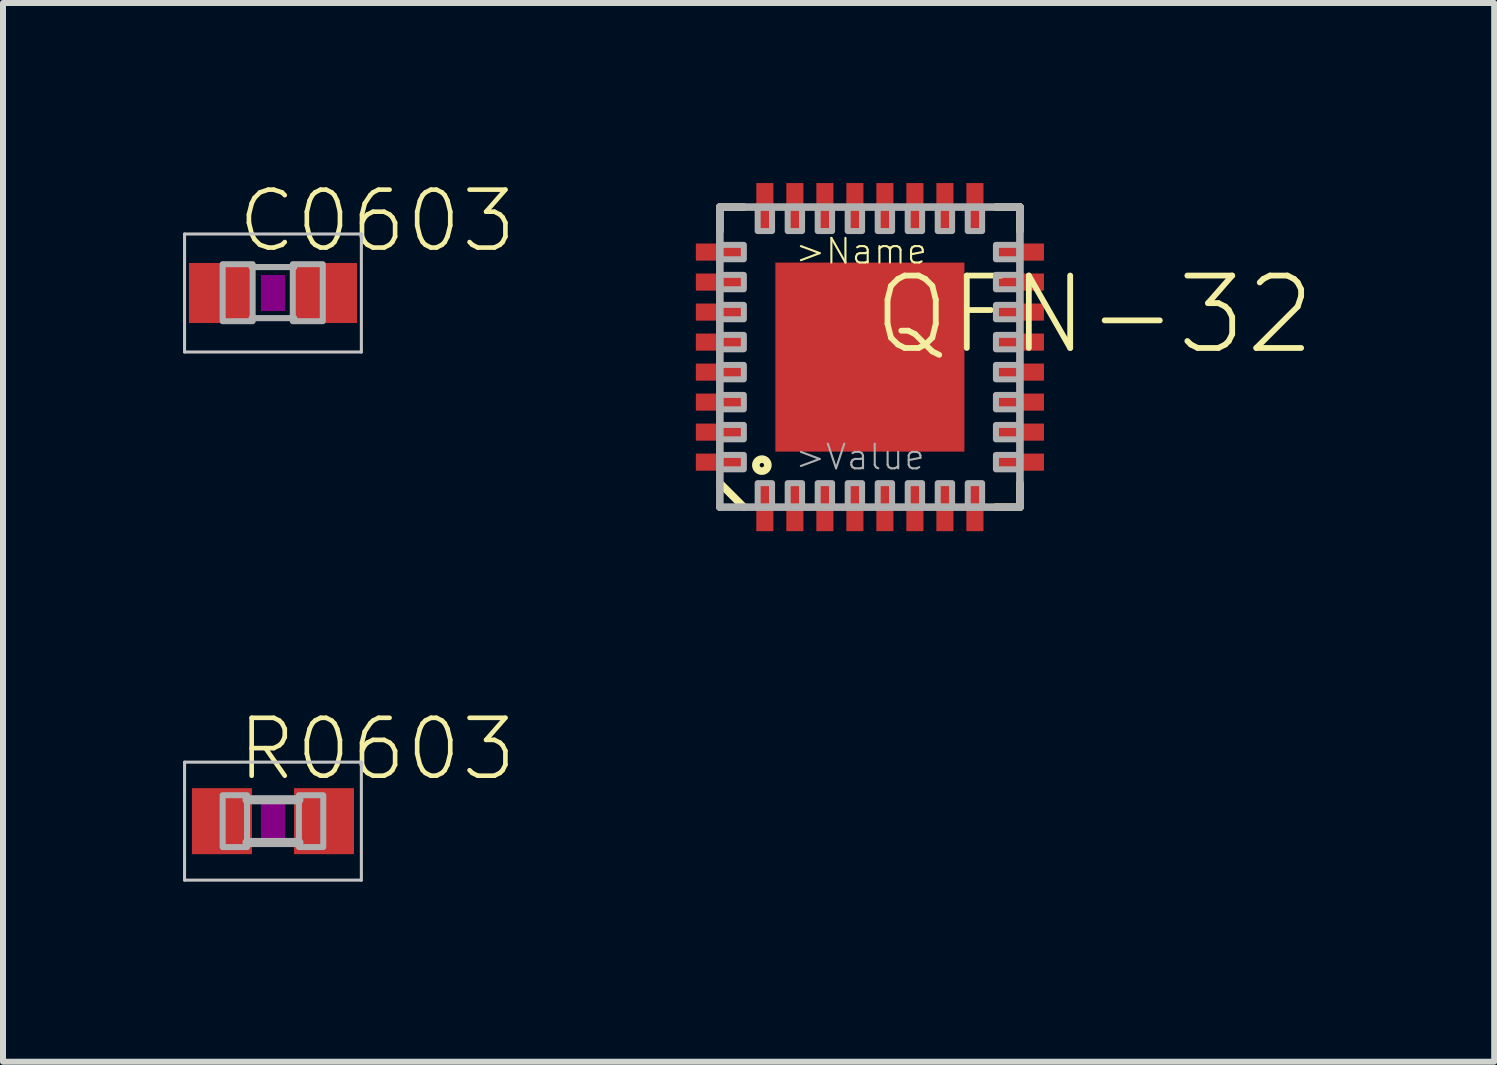
<source format=kicad_pcb>
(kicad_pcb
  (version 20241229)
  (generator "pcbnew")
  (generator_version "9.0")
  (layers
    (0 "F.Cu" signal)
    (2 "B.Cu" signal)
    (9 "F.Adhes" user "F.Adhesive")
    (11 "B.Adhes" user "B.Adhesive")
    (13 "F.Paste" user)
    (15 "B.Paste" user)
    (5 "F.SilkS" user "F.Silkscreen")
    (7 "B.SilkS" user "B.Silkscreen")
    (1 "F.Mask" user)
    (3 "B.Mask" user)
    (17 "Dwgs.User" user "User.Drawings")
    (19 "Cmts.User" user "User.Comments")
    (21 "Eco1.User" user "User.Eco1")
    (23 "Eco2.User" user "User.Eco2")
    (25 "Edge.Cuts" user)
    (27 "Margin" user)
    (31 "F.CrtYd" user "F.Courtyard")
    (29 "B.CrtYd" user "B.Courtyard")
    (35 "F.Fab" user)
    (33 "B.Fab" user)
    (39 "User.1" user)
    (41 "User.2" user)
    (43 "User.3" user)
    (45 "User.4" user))
  (footprint "C0603"
    (layer "F.Cu")
    (at 1.498 1.832)
    (property "Reference" "C0603" (at -0.635 -0.635 180) (layer "F.SilkS") (effects (font (size 0.965 0.965) (thickness 0.077)) (justify left bottom)))
    (attr through_hole)
    (fp_poly (pts (xy -0.2 0.3) (xy 0.2 0.3) (xy 0.2 -0.3) (xy -0.2 -0.3)) (stroke (width 0) (type solid)) (fill yes) (layer "F.Adhes"))
    (fp_line (start -1.473 -0.983) (end 1.473 -0.983) (stroke (width 0.051) (type solid)) (layer "Dwgs.User"))
    (fp_line (start -1.473 0.983) (end -1.473 -0.983) (stroke (width 0.051) (type solid)) (layer "Dwgs.User"))
    (fp_line (start 1.473 -0.983) (end 1.473 0.983) (stroke (width 0.051) (type solid)) (layer "Dwgs.User"))
    (fp_line (start 1.473 0.983) (end -1.473 0.983) (stroke (width 0.051) (type solid)) (layer "Dwgs.User"))
    (fp_line (start -0.356 -0.432) (end 0.356 -0.432) (stroke (width 0.102) (type solid)) (layer "F.Fab"))
    (fp_line (start -0.356 0.419) (end 0.356 0.419) (stroke (width 0.102) (type solid)) (layer "F.Fab"))
    (fp_poly (pts (xy -0.838 0.47) (xy -0.338 0.47) (xy -0.338 -0.48) (xy -0.838 -0.48)) (stroke (width 0.1) (type solid)) (fill no) (layer "F.Fab"))
    (fp_poly (pts (xy 0.33 0.47) (xy 0.83 0.47) (xy 0.83 -0.48) (xy 0.33 -0.48)) (stroke (width 0.1) (type solid)) (fill no) (layer "F.Fab"))
    (pad "1" smd rect (at -0.85 0) (size 1.1 1) (layers "F.Cu" "F.Mask" "F.Paste"))
    (pad "2" smd rect (at 0.85 0) (size 1.1 1) (layers "F.Cu" "F.Mask" "F.Paste")))
  (footprint "R0603"
    (layer "F.Cu")
    (at 1.498 10.632)
    (property "Reference" "R0603" (at -0.635 -0.635 180) (layer "F.SilkS") (effects (font (size 0.965 0.965) (thickness 0.077)) (justify left bottom)))
    (attr through_hole)
    (fp_poly (pts (xy -0.2 0.4) (xy 0.2 0.4) (xy 0.2 -0.4) (xy -0.2 -0.4)) (stroke (width 0) (type solid)) (fill yes) (layer "F.Adhes"))
    (fp_line (start -1.473 -0.983) (end 1.473 -0.983) (stroke (width 0.051) (type solid)) (layer "Dwgs.User"))
    (fp_line (start -1.473 0.983) (end -1.473 -0.983) (stroke (width 0.051) (type solid)) (layer "Dwgs.User"))
    (fp_line (start 1.473 -0.983) (end 1.473 0.983) (stroke (width 0.051) (type solid)) (layer "Dwgs.User"))
    (fp_line (start 1.473 0.983) (end -1.473 0.983) (stroke (width 0.051) (type solid)) (layer "Dwgs.User"))
    (fp_line (start -0.432 0.356) (end 0.432 0.356) (stroke (width 0.152) (type solid)) (layer "F.Fab"))
    (fp_line (start 0.432 -0.356) (end -0.432 -0.356) (stroke (width 0.152) (type solid)) (layer "F.Fab"))
    (fp_poly (pts (xy -0.838 0.432) (xy -0.432 0.432) (xy -0.432 -0.432) (xy -0.838 -0.432)) (stroke (width 0.1) (type solid)) (fill no) (layer "F.Fab"))
    (fp_poly (pts (xy 0.432 0.432) (xy 0.838 0.432) (xy 0.838 -0.432) (xy 0.432 -0.432)) (stroke (width 0.1) (type solid)) (fill no) (layer "F.Fab"))
    (pad "1" smd rect (at -0.85 0) (size 1 1.1) (layers "F.Cu" "F.Mask" "F.Paste"))
    (pad "2" smd rect (at 0.85 0) (size 1 1.1) (layers "F.Cu" "F.Mask" "F.Paste")))
  (footprint "QFN-32"
    (layer "F.Cu")
    (at 11.444 2.9)
    (property "Reference" "QFN-32" (at 0 0 0) (layer "F.SilkS") (effects (font (size 1.206 1.206) (thickness 0.097)) (justify left bottom)))
    (attr through_hole)
    (fp_line (start -2.5 -2.5) (end -2.1 -2.5) (stroke (width 0.127) (type solid)) (layer "F.SilkS"))
    (fp_line (start -2.5 -2.1) (end -2.5 -2.5) (stroke (width 0.127) (type solid)) (layer "F.SilkS"))
    (fp_line (start -2.5 2.1) (end -2.1 2.5) (stroke (width 0.127) (type solid)) (layer "F.SilkS"))
    (fp_line (start 2.1 -2.5) (end 2.5 -2.5) (stroke (width 0.127) (type solid)) (layer "F.SilkS"))
    (fp_line (start 2.5 -2.5) (end 2.5 -2.1) (stroke (width 0.127) (type solid)) (layer "F.SilkS"))
    (fp_line (start 2.5 2.1) (end 2.5 2.5) (stroke (width 0.127) (type solid)) (layer "F.SilkS"))
    (fp_line (start 2.5 2.5) (end 2.1 2.5) (stroke (width 0.127) (type solid)) (layer "F.SilkS"))
    (fp_circle (center -1.8 1.8) (end -1.7 1.8) (stroke (width 0.127) (type solid)) (fill no) (layer "F.SilkS"))
    (fp_poly (pts (xy -1.45 -0.15) (xy -0.15 -0.15) (xy -0.15 -1.45) (xy -1.45 -1.45)) (stroke (width 0) (type solid)) (fill yes) (layer "F.Paste"))
    (fp_poly (pts (xy -0.15 1.45) (xy -0.15 0.15) (xy -1.45 0.15) (xy -1.45 1.45)) (stroke (width 0) (type solid)) (fill yes) (layer "F.Paste"))
    (fp_poly (pts (xy 0.15 -1.45) (xy 0.15 -0.15) (xy 1.45 -0.15) (xy 1.45 -1.45)) (stroke (width 0) (type solid)) (fill yes) (layer "F.Paste"))
    (fp_poly (pts (xy 1.45 0.15) (xy 0.15 0.15) (xy 0.15 1.45) (xy 1.45 1.45)) (stroke (width 0) (type solid)) (fill yes) (layer "F.Paste"))
    (fp_line (start -2.5 -2.5) (end -2.5 2.5) (stroke (width 0.127) (type solid)) (layer "F.Fab"))
    (fp_line (start -2.5 2.5) (end 2.5 2.5) (stroke (width 0.127) (type solid)) (layer "F.Fab"))
    (fp_line (start 2.5 -2.5) (end -2.5 -2.5) (stroke (width 0.127) (type solid)) (layer "F.Fab"))
    (fp_line (start 2.5 2.5) (end 2.5 -2.5) (stroke (width 0.127) (type solid)) (layer "F.Fab"))
    (fp_poly (pts (xy -2.5 -1.63) (xy -2.1 -1.63) (xy -2.1 -1.87) (xy -2.5 -1.87)) (stroke (width 0.1) (type solid)) (fill no) (layer "F.Fab"))
    (fp_poly (pts (xy -2.5 -1.13) (xy -2.1 -1.13) (xy -2.1 -1.37) (xy -2.5 -1.37)) (stroke (width 0.1) (type solid)) (fill no) (layer "F.Fab"))
    (fp_poly (pts (xy -2.5 -0.63) (xy -2.1 -0.63) (xy -2.1 -0.87) (xy -2.5 -0.87)) (stroke (width 0.1) (type solid)) (fill no) (layer "F.Fab"))
    (fp_poly (pts (xy -2.5 -0.13) (xy -2.1 -0.13) (xy -2.1 -0.37) (xy -2.5 -0.37)) (stroke (width 0.1) (type solid)) (fill no) (layer "F.Fab"))
    (fp_poly (pts (xy -2.5 0.37) (xy -2.1 0.37) (xy -2.1 0.13) (xy -2.5 0.13)) (stroke (width 0.1) (type solid)) (fill no) (layer "F.Fab"))
    (fp_poly (pts (xy -2.5 0.87) (xy -2.1 0.87) (xy -2.1 0.63) (xy -2.5 0.63)) (stroke (width 0.1) (type solid)) (fill no) (layer "F.Fab"))
    (fp_poly (pts (xy -2.5 1.37) (xy -2.1 1.37) (xy -2.1 1.13) (xy -2.5 1.13)) (stroke (width 0.1) (type solid)) (fill no) (layer "F.Fab"))
    (fp_poly (pts (xy -2.5 1.87) (xy -2.1 1.87) (xy -2.1 1.63) (xy -2.5 1.63)) (stroke (width 0.1) (type solid)) (fill no) (layer "F.Fab"))
    (fp_poly (pts (xy -1.87 -2.5) (xy -1.87 -2.1) (xy -1.63 -2.1) (xy -1.63 -2.5)) (stroke (width 0.1) (type solid)) (fill no) (layer "F.Fab"))
    (fp_poly (pts (xy -1.63 2.5) (xy -1.63 2.1) (xy -1.87 2.1) (xy -1.87 2.5)) (stroke (width 0.1) (type solid)) (fill no) (layer "F.Fab"))
    (fp_poly (pts (xy -1.37 -2.5) (xy -1.37 -2.1) (xy -1.13 -2.1) (xy -1.13 -2.5)) (stroke (width 0.1) (type solid)) (fill no) (layer "F.Fab"))
    (fp_poly (pts (xy -1.13 2.5) (xy -1.13 2.1) (xy -1.37 2.1) (xy -1.37 2.5)) (stroke (width 0.1) (type solid)) (fill no) (layer "F.Fab"))
    (fp_poly (pts (xy -0.87 -2.5) (xy -0.87 -2.1) (xy -0.63 -2.1) (xy -0.63 -2.5)) (stroke (width 0.1) (type solid)) (fill no) (layer "F.Fab"))
    (fp_poly (pts (xy -0.63 2.5) (xy -0.63 2.1) (xy -0.87 2.1) (xy -0.87 2.5)) (stroke (width 0.1) (type solid)) (fill no) (layer "F.Fab"))
    (fp_poly (pts (xy -0.37 -2.5) (xy -0.37 -2.1) (xy -0.13 -2.1) (xy -0.13 -2.5)) (stroke (width 0.1) (type solid)) (fill no) (layer "F.Fab"))
    (fp_poly (pts (xy -0.13 2.5) (xy -0.13 2.1) (xy -0.37 2.1) (xy -0.37 2.5)) (stroke (width 0.1) (type solid)) (fill no) (layer "F.Fab"))
    (fp_poly (pts (xy 0.13 -2.5) (xy 0.13 -2.1) (xy 0.37 -2.1) (xy 0.37 -2.5)) (stroke (width 0.1) (type solid)) (fill no) (layer "F.Fab"))
    (fp_poly (pts (xy 0.37 2.5) (xy 0.37 2.1) (xy 0.13 2.1) (xy 0.13 2.5)) (stroke (width 0.1) (type solid)) (fill no) (layer "F.Fab"))
    (fp_poly (pts (xy 0.63 -2.5) (xy 0.63 -2.1) (xy 0.87 -2.1) (xy 0.87 -2.5)) (stroke (width 0.1) (type solid)) (fill no) (layer "F.Fab"))
    (fp_poly (pts (xy 0.87 2.5) (xy 0.87 2.1) (xy 0.63 2.1) (xy 0.63 2.5)) (stroke (width 0.1) (type solid)) (fill no) (layer "F.Fab"))
    (fp_poly (pts (xy 1.13 -2.5) (xy 1.13 -2.1) (xy 1.37 -2.1) (xy 1.37 -2.5)) (stroke (width 0.1) (type solid)) (fill no) (layer "F.Fab"))
    (fp_poly (pts (xy 1.37 2.5) (xy 1.37 2.1) (xy 1.13 2.1) (xy 1.13 2.5)) (stroke (width 0.1) (type solid)) (fill no) (layer "F.Fab"))
    (fp_poly (pts (xy 1.63 -2.5) (xy 1.63 -2.1) (xy 1.87 -2.1) (xy 1.87 -2.5)) (stroke (width 0.1) (type solid)) (fill no) (layer "F.Fab"))
    (fp_poly (pts (xy 1.87 2.5) (xy 1.87 2.1) (xy 1.63 2.1) (xy 1.63 2.5)) (stroke (width 0.1) (type solid)) (fill no) (layer "F.Fab"))
    (fp_poly (pts (xy 2.5 -1.87) (xy 2.1 -1.87) (xy 2.1 -1.63) (xy 2.5 -1.63)) (stroke (width 0.1) (type solid)) (fill no) (layer "F.Fab"))
    (fp_poly (pts (xy 2.5 -1.37) (xy 2.1 -1.37) (xy 2.1 -1.13) (xy 2.5 -1.13)) (stroke (width 0.1) (type solid)) (fill no) (layer "F.Fab"))
    (fp_poly (pts (xy 2.5 -0.87) (xy 2.1 -0.87) (xy 2.1 -0.63) (xy 2.5 -0.63)) (stroke (width 0.1) (type solid)) (fill no) (layer "F.Fab"))
    (fp_poly (pts (xy 2.5 -0.37) (xy 2.1 -0.37) (xy 2.1 -0.13) (xy 2.5 -0.13)) (stroke (width 0.1) (type solid)) (fill no) (layer "F.Fab"))
    (fp_poly (pts (xy 2.5 0.13) (xy 2.1 0.13) (xy 2.1 0.37) (xy 2.5 0.37)) (stroke (width 0.1) (type solid)) (fill no) (layer "F.Fab"))
    (fp_poly (pts (xy 2.5 0.63) (xy 2.1 0.63) (xy 2.1 0.87) (xy 2.5 0.87)) (stroke (width 0.1) (type solid)) (fill no) (layer "F.Fab"))
    (fp_poly (pts (xy 2.5 1.13) (xy 2.1 1.13) (xy 2.1 1.37) (xy 2.5 1.37)) (stroke (width 0.1) (type solid)) (fill no) (layer "F.Fab"))
    (fp_poly (pts (xy 2.5 1.63) (xy 2.1 1.63) (xy 2.1 1.87) (xy 2.5 1.87)) (stroke (width 0.1) (type solid)) (fill no) (layer "F.Fab"))
    (fp_text user ">Name" (at -1.27 -1.524 0) (layer "F.SilkS") (effects (font (size 0.41 0.41) (thickness 0.035)) (justify left bottom)))
    (fp_text user ">Value" (at -1.27 1.905 0) (layer "F.Fab") (effects (font (size 0.41 0.41) (thickness 0.035)) (justify left bottom)))
    (pad "1" smd rect (at -1.75 2.5 90) (size 0.8 0.285) (layers "F.Cu" "F.Mask" "F.Paste"))
    (pad "2" smd rect (at -1.25 2.5 90) (size 0.8 0.285) (layers "F.Cu" "F.Mask" "F.Paste"))
    (pad "3" smd rect (at -0.75 2.5 90) (size 0.8 0.285) (layers "F.Cu" "F.Mask" "F.Paste"))
    (pad "4" smd rect (at -0.25 2.5 90) (size 0.8 0.285) (layers "F.Cu" "F.Mask" "F.Paste"))
    (pad "5" smd rect (at 0.25 2.5 90) (size 0.8 0.285) (layers "F.Cu" "F.Mask" "F.Paste"))
    (pad "6" smd rect (at 0.75 2.5 90) (size 0.8 0.285) (layers "F.Cu" "F.Mask" "F.Paste"))
    (pad "7" smd rect (at 1.25 2.5 90) (size 0.8 0.285) (layers "F.Cu" "F.Mask" "F.Paste"))
    (pad "8" smd rect (at 1.75 2.5 90) (size 0.8 0.285) (layers "F.Cu" "F.Mask" "F.Paste"))
    (pad "9" smd rect (at 2.5 1.75 180) (size 0.8 0.285) (layers "F.Cu" "F.Mask" "F.Paste"))
    (pad "10" smd rect (at 2.5 1.25 180) (size 0.8 0.285) (layers "F.Cu" "F.Mask" "F.Paste"))
    (pad "11" smd rect (at 2.5 0.75 180) (size 0.8 0.285) (layers "F.Cu" "F.Mask" "F.Paste"))
    (pad "12" smd rect (at 2.5 0.25 180) (size 0.8 0.285) (layers "F.Cu" "F.Mask" "F.Paste"))
    (pad "13" smd rect (at 2.5 -0.25 180) (size 0.8 0.285) (layers "F.Cu" "F.Mask" "F.Paste"))
    (pad "14" smd rect (at 2.5 -0.75 180) (size 0.8 0.285) (layers "F.Cu" "F.Mask" "F.Paste"))
    (pad "15" smd rect (at 2.5 -1.25 180) (size 0.8 0.285) (layers "F.Cu" "F.Mask" "F.Paste"))
    (pad "16" smd rect (at 2.5 -1.75 180) (size 0.8 0.285) (layers "F.Cu" "F.Mask" "F.Paste"))
    (pad "17" smd rect (at 1.75 -2.5 270) (size 0.8 0.285) (layers "F.Cu" "F.Mask" "F.Paste"))
    (pad "18" smd rect (at 1.25 -2.5 270) (size 0.8 0.285) (layers "F.Cu" "F.Mask" "F.Paste"))
    (pad "19" smd rect (at 0.75 -2.5 270) (size 0.8 0.285) (layers "F.Cu" "F.Mask" "F.Paste"))
    (pad "20" smd rect (at 0.25 -2.5 270) (size 0.8 0.285) (layers "F.Cu" "F.Mask" "F.Paste"))
    (pad "21" smd rect (at -0.25 -2.5 270) (size 0.8 0.285) (layers "F.Cu" "F.Mask" "F.Paste"))
    (pad "22" smd rect (at -0.75 -2.5 270) (size 0.8 0.285) (layers "F.Cu" "F.Mask" "F.Paste"))
    (pad "23" smd rect (at -1.25 -2.5 270) (size 0.8 0.285) (layers "F.Cu" "F.Mask" "F.Paste"))
    (pad "24" smd rect (at -1.75 -2.5 270) (size 0.8 0.285) (layers "F.Cu" "F.Mask" "F.Paste"))
    (pad "25" smd rect (at -2.5 -1.75) (size 0.8 0.285) (layers "F.Cu" "F.Mask" "F.Paste"))
    (pad "26" smd rect (at -2.5 -1.25) (size 0.8 0.285) (layers "F.Cu" "F.Mask" "F.Paste"))
    (pad "27" smd rect (at -2.5 -0.75) (size 0.8 0.285) (layers "F.Cu" "F.Mask" "F.Paste"))
    (pad "28" smd rect (at -2.5 -0.25) (size 0.8 0.285) (layers "F.Cu" "F.Mask" "F.Paste"))
    (pad "29" smd rect (at -2.5 0.25) (size 0.8 0.285) (layers "F.Cu" "F.Mask" "F.Paste"))
    (pad "30" smd rect (at -2.5 0.75) (size 0.8 0.285) (layers "F.Cu" "F.Mask" "F.Paste"))
    (pad "31" smd rect (at -2.5 1.25) (size 0.8 0.285) (layers "F.Cu" "F.Mask" "F.Paste"))
    (pad "32" smd rect (at -2.5 1.75) (size 0.8 0.285) (layers "F.Cu" "F.Mask" "F.Paste"))
    (pad "EP" smd rect (at 0 0) (size 3.15 3.15) (layers "F.Cu" "F.Mask")))
  (gr_rect
    (start -3 -3)
    (end 21.846 14.64)
    (stroke (width 0.1) (type default))
    (fill no)
    (layer "Edge.Cuts")))
</source>
